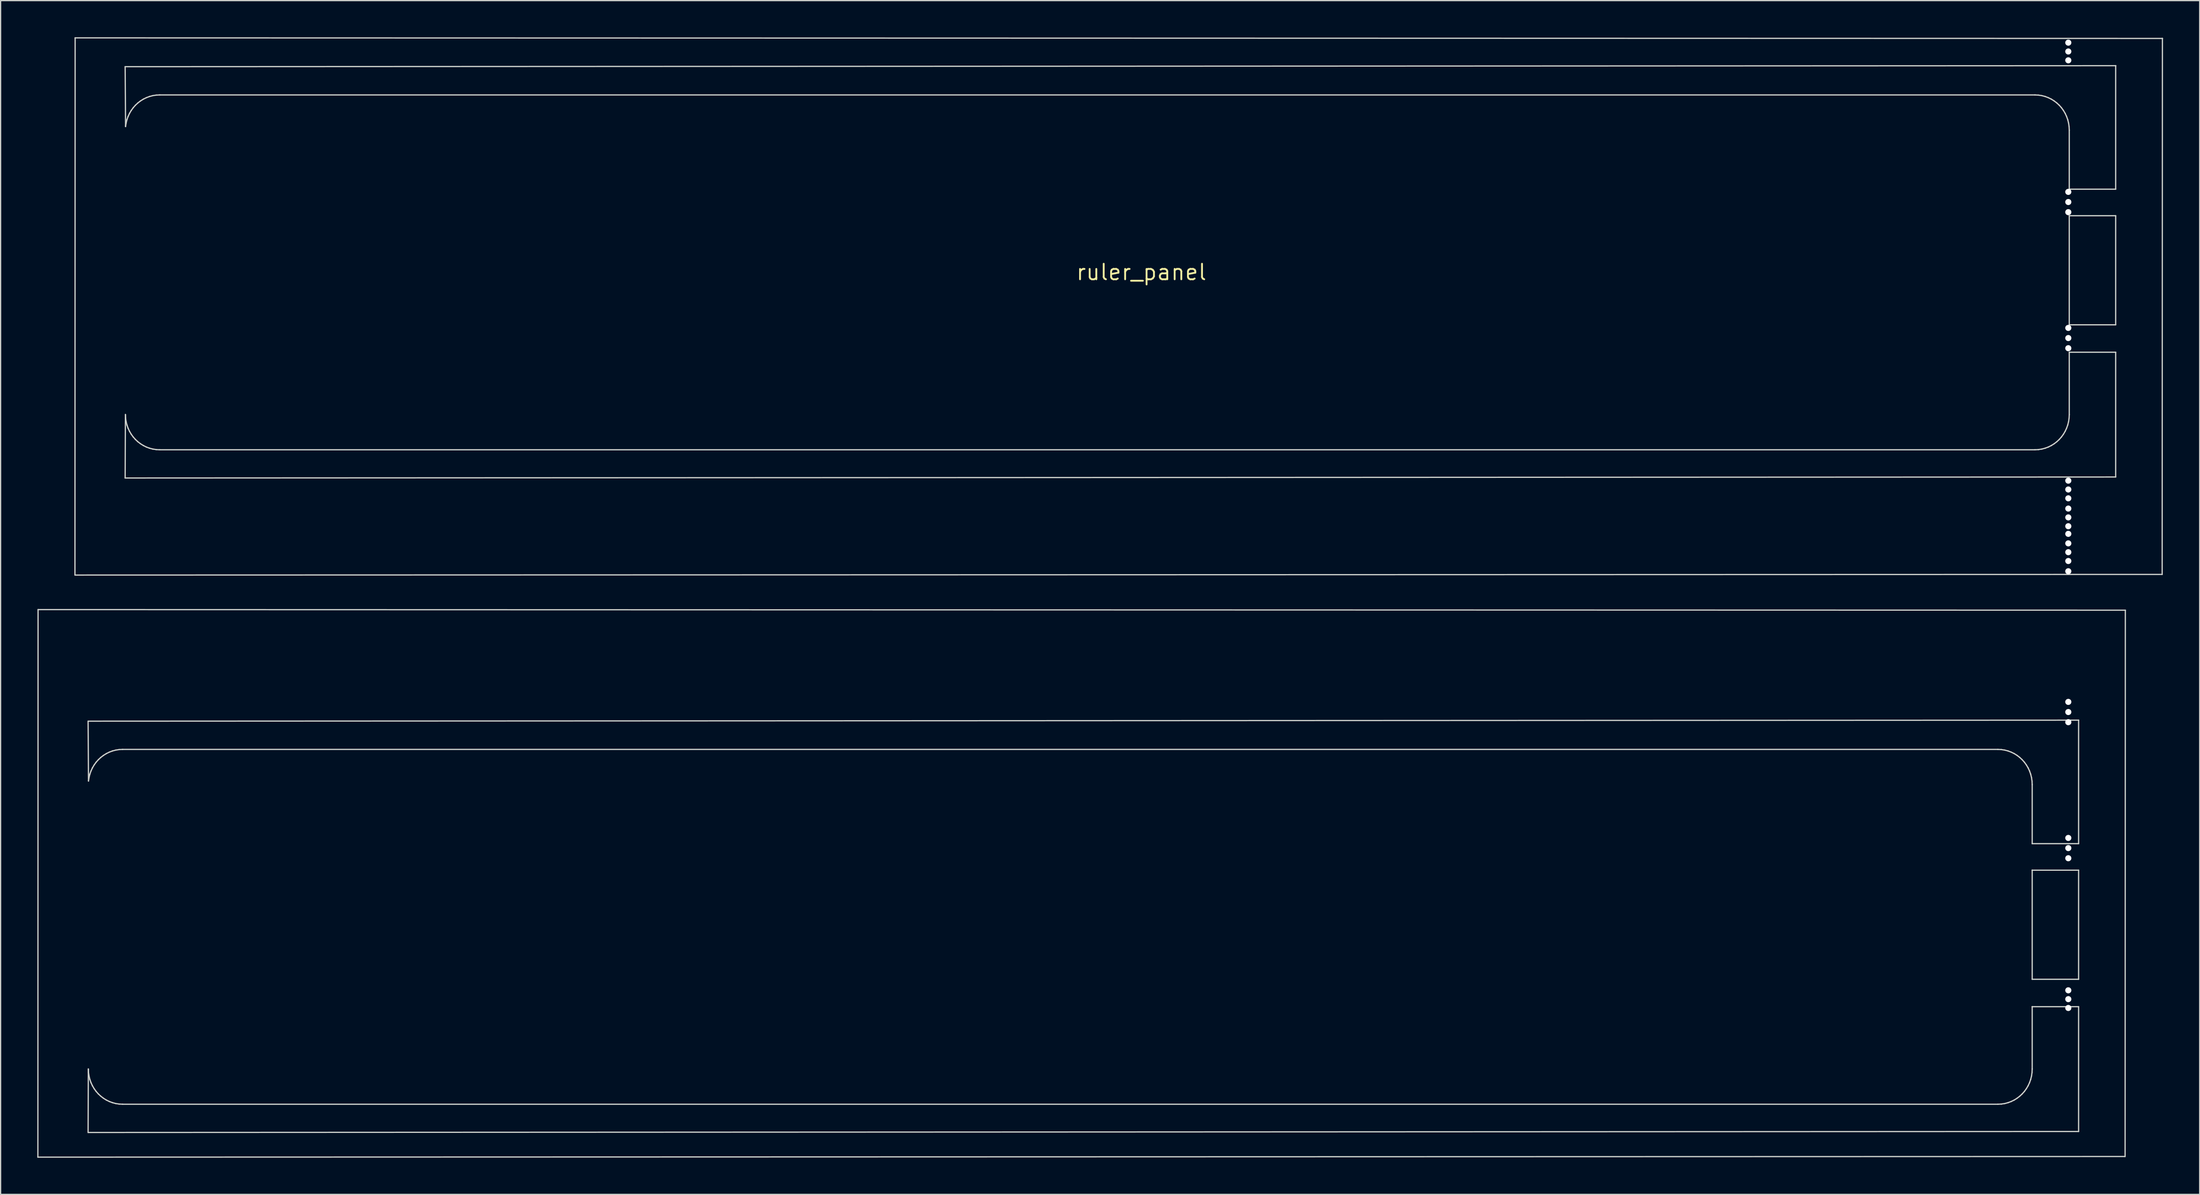
<source format=kicad_pcb>
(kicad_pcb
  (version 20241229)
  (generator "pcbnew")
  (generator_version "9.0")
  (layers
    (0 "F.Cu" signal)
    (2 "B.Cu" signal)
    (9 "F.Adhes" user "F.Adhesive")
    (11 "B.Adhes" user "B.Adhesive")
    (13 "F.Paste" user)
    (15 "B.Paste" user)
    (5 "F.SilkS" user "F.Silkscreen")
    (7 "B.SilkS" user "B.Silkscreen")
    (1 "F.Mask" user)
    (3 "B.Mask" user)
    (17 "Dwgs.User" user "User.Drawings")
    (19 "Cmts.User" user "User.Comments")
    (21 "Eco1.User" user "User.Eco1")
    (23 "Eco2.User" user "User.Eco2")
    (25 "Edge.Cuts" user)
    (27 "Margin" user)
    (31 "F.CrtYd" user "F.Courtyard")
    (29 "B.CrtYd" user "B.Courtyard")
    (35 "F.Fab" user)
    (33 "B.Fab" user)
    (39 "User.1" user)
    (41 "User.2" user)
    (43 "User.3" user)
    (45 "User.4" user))
  (footprint "ruler_panel"
    (layer "F.Cu")
    (at 90.342 19.235)
    (property "Reference" "ruler_panel" (at 0 0 0) (layer "F.SilkS") (effects (font (size 1.27 1.27) (thickness 0.15))))
    (attr through_hole)
    (fp_line (start -90.292 72.454) (end 80.489 72.401) (stroke (width 0.1) (type solid)) (layer "Edge.Cuts"))
    (fp_line (start -90.277 27.625) (end -90.292 72.454) (stroke (width 0.1) (type solid)) (layer "Edge.Cuts"))
    (fp_line (start -87.259 24.797) (end 83.522 24.744) (stroke (width 0.1) (type solid)) (layer "Edge.Cuts"))
    (fp_line (start -87.244 -19.185) (end -87.259 24.797) (stroke (width 0.1) (type solid)) (layer "Edge.Cuts"))
    (fp_line (start -86.184 36.759) (end 76.685 36.677) (stroke (width 0.1) (type solid)) (layer "Edge.Cuts"))
    (fp_line (start -86.184 70.434) (end -86.164 65.237) (stroke (width 0.1) (type solid)) (layer "Edge.Cuts"))
    (fp_line (start -86.164 65.237) (end -86.15 65.533) (stroke (width 0.1) (type solid)) (layer "Edge.Cuts"))
    (fp_line (start -86.15 41.66) (end -86.184 36.759) (stroke (width 0.1) (type solid)) (layer "Edge.Cuts"))
    (fp_line (start -86.15 65.533) (end -86.107 65.82) (stroke (width 0.1) (type solid)) (layer "Edge.Cuts"))
    (fp_line (start -86.107 41.372) (end -86.15 41.66) (stroke (width 0.1) (type solid)) (layer "Edge.Cuts"))
    (fp_line (start -86.107 65.82) (end -86.038 66.097) (stroke (width 0.1) (type solid)) (layer "Edge.Cuts"))
    (fp_line (start -86.038 41.096) (end -86.107 41.372) (stroke (width 0.1) (type solid)) (layer "Edge.Cuts"))
    (fp_line (start -86.038 66.097) (end -85.944 66.362) (stroke (width 0.1) (type solid)) (layer "Edge.Cuts"))
    (fp_line (start -85.944 40.831) (end -86.038 41.096) (stroke (width 0.1) (type solid)) (layer "Edge.Cuts"))
    (fp_line (start -85.944 66.362) (end -85.826 66.615) (stroke (width 0.1) (type solid)) (layer "Edge.Cuts"))
    (fp_line (start -85.826 40.578) (end -85.944 40.831) (stroke (width 0.1) (type solid)) (layer "Edge.Cuts"))
    (fp_line (start -85.826 66.615) (end -85.686 66.852) (stroke (width 0.1) (type solid)) (layer "Edge.Cuts"))
    (fp_line (start -85.686 40.341) (end -85.826 40.578) (stroke (width 0.1) (type solid)) (layer "Edge.Cuts"))
    (fp_line (start -85.686 66.852) (end -85.525 67.075) (stroke (width 0.1) (type solid)) (layer "Edge.Cuts"))
    (fp_line (start -85.525 40.118) (end -85.686 40.341) (stroke (width 0.1) (type solid)) (layer "Edge.Cuts"))
    (fp_line (start -85.525 67.075) (end -85.344 67.279) (stroke (width 0.1) (type solid)) (layer "Edge.Cuts"))
    (fp_line (start -85.344 39.914) (end -85.525 40.118) (stroke (width 0.1) (type solid)) (layer "Edge.Cuts"))
    (fp_line (start -85.344 67.279) (end -85.145 67.465) (stroke (width 0.1) (type solid)) (layer "Edge.Cuts"))
    (fp_line (start -85.145 39.728) (end -85.344 39.914) (stroke (width 0.1) (type solid)) (layer "Edge.Cuts"))
    (fp_line (start -85.145 67.465) (end -84.929 67.631) (stroke (width 0.1) (type solid)) (layer "Edge.Cuts"))
    (fp_line (start -84.929 39.562) (end -85.145 39.728) (stroke (width 0.1) (type solid)) (layer "Edge.Cuts"))
    (fp_line (start -84.929 67.631) (end -84.697 67.775) (stroke (width 0.1) (type solid)) (layer "Edge.Cuts"))
    (fp_line (start -84.697 39.418) (end -84.929 39.562) (stroke (width 0.1) (type solid)) (layer "Edge.Cuts"))
    (fp_line (start -84.697 67.775) (end -84.452 67.896) (stroke (width 0.1) (type solid)) (layer "Edge.Cuts"))
    (fp_line (start -84.452 39.297) (end -84.697 39.418) (stroke (width 0.1) (type solid)) (layer "Edge.Cuts"))
    (fp_line (start -84.452 67.896) (end -84.194 67.993) (stroke (width 0.1) (type solid)) (layer "Edge.Cuts"))
    (fp_line (start -84.194 39.2) (end -84.452 39.297) (stroke (width 0.1) (type solid)) (layer "Edge.Cuts"))
    (fp_line (start -84.194 67.993) (end -83.924 68.064) (stroke (width 0.1) (type solid)) (layer "Edge.Cuts"))
    (fp_line (start -83.924 39.129) (end -84.194 39.2) (stroke (width 0.1) (type solid)) (layer "Edge.Cuts"))
    (fp_line (start -83.924 68.064) (end -83.645 68.107) (stroke (width 0.1) (type solid)) (layer "Edge.Cuts"))
    (fp_line (start -83.645 39.085) (end -83.924 39.129) (stroke (width 0.1) (type solid)) (layer "Edge.Cuts"))
    (fp_line (start -83.645 68.107) (end -83.357 68.122) (stroke (width 0.1) (type solid)) (layer "Edge.Cuts"))
    (fp_line (start -83.357 39.071) (end -83.645 39.085) (stroke (width 0.1) (type solid)) (layer "Edge.Cuts"))
    (fp_line (start -83.357 68.122) (end 70.081 68.122) (stroke (width 0.1) (type solid)) (layer "Edge.Cuts"))
    (fp_line (start -83.152 -16.825) (end 79.718 -16.907) (stroke (width 0.1) (type solid)) (layer "Edge.Cuts"))
    (fp_line (start -83.152 16.85) (end -83.131 11.654) (stroke (width 0.1) (type solid)) (layer "Edge.Cuts"))
    (fp_line (start -83.131 11.654) (end -83.117 11.95) (stroke (width 0.1) (type solid)) (layer "Edge.Cuts"))
    (fp_line (start -83.117 -11.924) (end -83.152 -16.825) (stroke (width 0.1) (type solid)) (layer "Edge.Cuts"))
    (fp_line (start -83.117 11.95) (end -83.074 12.237) (stroke (width 0.1) (type solid)) (layer "Edge.Cuts"))
    (fp_line (start -83.074 -12.211) (end -83.117 -11.924) (stroke (width 0.1) (type solid)) (layer "Edge.Cuts"))
    (fp_line (start -83.074 12.237) (end -83.005 12.514) (stroke (width 0.1) (type solid)) (layer "Edge.Cuts"))
    (fp_line (start -83.005 -12.488) (end -83.074 -12.211) (stroke (width 0.1) (type solid)) (layer "Edge.Cuts"))
    (fp_line (start -83.005 12.514) (end -82.911 12.779) (stroke (width 0.1) (type solid)) (layer "Edge.Cuts"))
    (fp_line (start -82.911 -12.753) (end -83.005 -12.488) (stroke (width 0.1) (type solid)) (layer "Edge.Cuts"))
    (fp_line (start -82.911 12.779) (end -82.793 13.031) (stroke (width 0.1) (type solid)) (layer "Edge.Cuts"))
    (fp_line (start -82.793 -13.006) (end -82.911 -12.753) (stroke (width 0.1) (type solid)) (layer "Edge.Cuts"))
    (fp_line (start -82.793 13.031) (end -82.653 13.269) (stroke (width 0.1) (type solid)) (layer "Edge.Cuts"))
    (fp_line (start -82.653 -13.243) (end -82.793 -13.006) (stroke (width 0.1) (type solid)) (layer "Edge.Cuts"))
    (fp_line (start -82.653 13.269) (end -82.492 13.491) (stroke (width 0.1) (type solid)) (layer "Edge.Cuts"))
    (fp_line (start -82.492 -13.465) (end -82.653 -13.243) (stroke (width 0.1) (type solid)) (layer "Edge.Cuts"))
    (fp_line (start -82.492 13.491) (end -82.311 13.695) (stroke (width 0.1) (type solid)) (layer "Edge.Cuts"))
    (fp_line (start -82.311 -13.67) (end -82.492 -13.465) (stroke (width 0.1) (type solid)) (layer "Edge.Cuts"))
    (fp_line (start -82.311 13.695) (end -82.112 13.882) (stroke (width 0.1) (type solid)) (layer "Edge.Cuts"))
    (fp_line (start -82.112 -13.856) (end -82.311 -13.67) (stroke (width 0.1) (type solid)) (layer "Edge.Cuts"))
    (fp_line (start -82.112 13.882) (end -81.896 14.047) (stroke (width 0.1) (type solid)) (layer "Edge.Cuts"))
    (fp_line (start -81.896 -14.021) (end -82.112 -13.856) (stroke (width 0.1) (type solid)) (layer "Edge.Cuts"))
    (fp_line (start -81.896 14.047) (end -81.664 14.191) (stroke (width 0.1) (type solid)) (layer "Edge.Cuts"))
    (fp_line (start -81.664 -14.166) (end -81.896 -14.021) (stroke (width 0.1) (type solid)) (layer "Edge.Cuts"))
    (fp_line (start -81.664 14.191) (end -81.419 14.313) (stroke (width 0.1) (type solid)) (layer "Edge.Cuts"))
    (fp_line (start -81.419 -14.287) (end -81.664 -14.166) (stroke (width 0.1) (type solid)) (layer "Edge.Cuts"))
    (fp_line (start -81.419 14.313) (end -81.161 14.409) (stroke (width 0.1) (type solid)) (layer "Edge.Cuts"))
    (fp_line (start -81.161 -14.384) (end -81.419 -14.287) (stroke (width 0.1) (type solid)) (layer "Edge.Cuts"))
    (fp_line (start -81.161 14.409) (end -80.892 14.48) (stroke (width 0.1) (type solid)) (layer "Edge.Cuts"))
    (fp_line (start -80.892 -14.455) (end -81.161 -14.384) (stroke (width 0.1) (type solid)) (layer "Edge.Cuts"))
    (fp_line (start -80.892 14.48) (end -80.612 14.524) (stroke (width 0.1) (type solid)) (layer "Edge.Cuts"))
    (fp_line (start -80.612 -14.498) (end -80.892 -14.455) (stroke (width 0.1) (type solid)) (layer "Edge.Cuts"))
    (fp_line (start -80.612 14.524) (end -80.324 14.539) (stroke (width 0.1) (type solid)) (layer "Edge.Cuts"))
    (fp_line (start -80.324 -14.513) (end -80.612 -14.498) (stroke (width 0.1) (type solid)) (layer "Edge.Cuts"))
    (fp_line (start -80.324 14.539) (end 73.114 14.539) (stroke (width 0.1) (type solid)) (layer "Edge.Cuts"))
    (fp_line (start 70.081 39.071) (end -83.357 39.071) (stroke (width 0.1) (type solid)) (layer "Edge.Cuts"))
    (fp_line (start 70.081 68.122) (end 70.368 68.107) (stroke (width 0.1) (type solid)) (layer "Edge.Cuts"))
    (fp_line (start 70.368 39.085) (end 70.081 39.071) (stroke (width 0.1) (type solid)) (layer "Edge.Cuts"))
    (fp_line (start 70.368 68.107) (end 70.647 68.064) (stroke (width 0.1) (type solid)) (layer "Edge.Cuts"))
    (fp_line (start 70.647 39.129) (end 70.368 39.085) (stroke (width 0.1) (type solid)) (layer "Edge.Cuts"))
    (fp_line (start 70.647 68.064) (end 70.917 67.993) (stroke (width 0.1) (type solid)) (layer "Edge.Cuts"))
    (fp_line (start 70.917 39.2) (end 70.647 39.129) (stroke (width 0.1) (type solid)) (layer "Edge.Cuts"))
    (fp_line (start 70.917 67.993) (end 71.175 67.896) (stroke (width 0.1) (type solid)) (layer "Edge.Cuts"))
    (fp_line (start 71.175 39.297) (end 70.917 39.2) (stroke (width 0.1) (type solid)) (layer "Edge.Cuts"))
    (fp_line (start 71.175 67.896) (end 71.421 67.775) (stroke (width 0.1) (type solid)) (layer "Edge.Cuts"))
    (fp_line (start 71.421 39.418) (end 71.175 39.297) (stroke (width 0.1) (type solid)) (layer "Edge.Cuts"))
    (fp_line (start 71.421 67.775) (end 71.652 67.631) (stroke (width 0.1) (type solid)) (layer "Edge.Cuts"))
    (fp_line (start 71.652 39.562) (end 71.421 39.418) (stroke (width 0.1) (type solid)) (layer "Edge.Cuts"))
    (fp_line (start 71.652 67.631) (end 71.868 67.465) (stroke (width 0.1) (type solid)) (layer "Edge.Cuts"))
    (fp_line (start 71.868 39.728) (end 71.652 39.562) (stroke (width 0.1) (type solid)) (layer "Edge.Cuts"))
    (fp_line (start 71.868 67.465) (end 72.067 67.279) (stroke (width 0.1) (type solid)) (layer "Edge.Cuts"))
    (fp_line (start 72.067 39.914) (end 71.868 39.728) (stroke (width 0.1) (type solid)) (layer "Edge.Cuts"))
    (fp_line (start 72.067 67.279) (end 72.248 67.075) (stroke (width 0.1) (type solid)) (layer "Edge.Cuts"))
    (fp_line (start 72.248 40.118) (end 72.067 39.914) (stroke (width 0.1) (type solid)) (layer "Edge.Cuts"))
    (fp_line (start 72.248 67.075) (end 72.409 66.852) (stroke (width 0.1) (type solid)) (layer "Edge.Cuts"))
    (fp_line (start 72.409 40.341) (end 72.248 40.118) (stroke (width 0.1) (type solid)) (layer "Edge.Cuts"))
    (fp_line (start 72.409 66.852) (end 72.55 66.615) (stroke (width 0.1) (type solid)) (layer "Edge.Cuts"))
    (fp_line (start 72.55 40.578) (end 72.409 40.341) (stroke (width 0.1) (type solid)) (layer "Edge.Cuts"))
    (fp_line (start 72.55 66.615) (end 72.668 66.362) (stroke (width 0.1) (type solid)) (layer "Edge.Cuts"))
    (fp_line (start 72.668 40.831) (end 72.55 40.578) (stroke (width 0.1) (type solid)) (layer "Edge.Cuts"))
    (fp_line (start 72.668 66.362) (end 72.762 66.097) (stroke (width 0.1) (type solid)) (layer "Edge.Cuts"))
    (fp_line (start 72.762 41.096) (end 72.668 40.831) (stroke (width 0.1) (type solid)) (layer "Edge.Cuts"))
    (fp_line (start 72.762 66.097) (end 72.831 65.82) (stroke (width 0.1) (type solid)) (layer "Edge.Cuts"))
    (fp_line (start 72.831 41.372) (end 72.762 41.096) (stroke (width 0.1) (type solid)) (layer "Edge.Cuts"))
    (fp_line (start 72.831 65.82) (end 72.873 65.533) (stroke (width 0.1) (type solid)) (layer "Edge.Cuts"))
    (fp_line (start 72.873 41.66) (end 72.831 41.372) (stroke (width 0.1) (type solid)) (layer "Edge.Cuts"))
    (fp_line (start 72.873 65.533) (end 72.888 65.237) (stroke (width 0.1) (type solid)) (layer "Edge.Cuts"))
    (fp_line (start 72.888 41.955) (end 72.873 41.66) (stroke (width 0.1) (type solid)) (layer "Edge.Cuts"))
    (fp_line (start 72.888 46.788) (end 72.888 41.955) (stroke (width 0.1) (type solid)) (layer "Edge.Cuts"))
    (fp_line (start 72.888 48.96) (end 72.888 48.96) (stroke (width 0.1) (type solid)) (layer "Edge.Cuts"))
    (fp_line (start 72.888 48.96) (end 76.685 48.96) (stroke (width 0.1) (type solid)) (layer "Edge.Cuts"))
    (fp_line (start 72.888 57.891) (end 72.888 48.96) (stroke (width 0.1) (type solid)) (layer "Edge.Cuts"))
    (fp_line (start 72.888 60.135) (end 72.888 60.135) (stroke (width 0.1) (type solid)) (layer "Edge.Cuts"))
    (fp_line (start 72.888 60.135) (end 76.685 60.135) (stroke (width 0.1) (type solid)) (layer "Edge.Cuts"))
    (fp_line (start 72.888 65.237) (end 72.888 60.135) (stroke (width 0.1) (type solid)) (layer "Edge.Cuts"))
    (fp_line (start 73.114 -14.513) (end -80.324 -14.513) (stroke (width 0.1) (type solid)) (layer "Edge.Cuts"))
    (fp_line (start 73.114 14.539) (end 73.401 14.524) (stroke (width 0.1) (type solid)) (layer "Edge.Cuts"))
    (fp_line (start 73.401 -14.498) (end 73.114 -14.513) (stroke (width 0.1) (type solid)) (layer "Edge.Cuts"))
    (fp_line (start 73.401 14.524) (end 73.68 14.48) (stroke (width 0.1) (type solid)) (layer "Edge.Cuts"))
    (fp_line (start 73.68 -14.455) (end 73.401 -14.498) (stroke (width 0.1) (type solid)) (layer "Edge.Cuts"))
    (fp_line (start 73.68 14.48) (end 73.95 14.409) (stroke (width 0.1) (type solid)) (layer "Edge.Cuts"))
    (fp_line (start 73.95 -14.384) (end 73.68 -14.455) (stroke (width 0.1) (type solid)) (layer "Edge.Cuts"))
    (fp_line (start 73.95 14.409) (end 74.208 14.313) (stroke (width 0.1) (type solid)) (layer "Edge.Cuts"))
    (fp_line (start 74.208 -14.287) (end 73.95 -14.384) (stroke (width 0.1) (type solid)) (layer "Edge.Cuts"))
    (fp_line (start 74.208 14.313) (end 74.454 14.191) (stroke (width 0.1) (type solid)) (layer "Edge.Cuts"))
    (fp_line (start 74.454 -14.166) (end 74.208 -14.287) (stroke (width 0.1) (type solid)) (layer "Edge.Cuts"))
    (fp_line (start 74.454 14.191) (end 74.685 14.047) (stroke (width 0.1) (type solid)) (layer "Edge.Cuts"))
    (fp_line (start 74.685 -14.021) (end 74.454 -14.166) (stroke (width 0.1) (type solid)) (layer "Edge.Cuts"))
    (fp_line (start 74.685 14.047) (end 74.901 13.882) (stroke (width 0.1) (type solid)) (layer "Edge.Cuts"))
    (fp_line (start 74.901 -13.856) (end 74.685 -14.021) (stroke (width 0.1) (type solid)) (layer "Edge.Cuts"))
    (fp_line (start 74.901 13.882) (end 75.1 13.695) (stroke (width 0.1) (type solid)) (layer "Edge.Cuts"))
    (fp_line (start 75.1 -13.67) (end 74.901 -13.856) (stroke (width 0.1) (type solid)) (layer "Edge.Cuts"))
    (fp_line (start 75.1 13.695) (end 75.281 13.491) (stroke (width 0.1) (type solid)) (layer "Edge.Cuts"))
    (fp_line (start 75.281 -13.465) (end 75.1 -13.67) (stroke (width 0.1) (type solid)) (layer "Edge.Cuts"))
    (fp_line (start 75.281 13.491) (end 75.442 13.269) (stroke (width 0.1) (type solid)) (layer "Edge.Cuts"))
    (fp_line (start 75.442 -13.243) (end 75.281 -13.465) (stroke (width 0.1) (type solid)) (layer "Edge.Cuts"))
    (fp_line (start 75.442 13.269) (end 75.582 13.031) (stroke (width 0.1) (type solid)) (layer "Edge.Cuts"))
    (fp_line (start 75.582 -13.006) (end 75.442 -13.243) (stroke (width 0.1) (type solid)) (layer "Edge.Cuts"))
    (fp_line (start 75.582 13.031) (end 75.7 12.779) (stroke (width 0.1) (type solid)) (layer "Edge.Cuts"))
    (fp_line (start 75.7 -12.753) (end 75.582 -13.006) (stroke (width 0.1) (type solid)) (layer "Edge.Cuts"))
    (fp_line (start 75.7 12.779) (end 75.795 12.514) (stroke (width 0.1) (type solid)) (layer "Edge.Cuts"))
    (fp_line (start 75.795 -12.488) (end 75.7 -12.753) (stroke (width 0.1) (type solid)) (layer "Edge.Cuts"))
    (fp_line (start 75.795 12.514) (end 75.864 12.237) (stroke (width 0.1) (type solid)) (layer "Edge.Cuts"))
    (fp_line (start 75.864 -12.211) (end 75.795 -12.488) (stroke (width 0.1) (type solid)) (layer "Edge.Cuts"))
    (fp_line (start 75.864 12.237) (end 75.906 11.95) (stroke (width 0.1) (type solid)) (layer "Edge.Cuts"))
    (fp_line (start 75.906 -11.924) (end 75.864 -12.211) (stroke (width 0.1) (type solid)) (layer "Edge.Cuts"))
    (fp_line (start 75.906 11.95) (end 75.92 11.654) (stroke (width 0.1) (type solid)) (layer "Edge.Cuts"))
    (fp_line (start 75.92 -11.629) (end 75.906 -11.924) (stroke (width 0.1) (type solid)) (layer "Edge.Cuts"))
    (fp_line (start 75.92 -6.796) (end 75.92 -11.629) (stroke (width 0.1) (type solid)) (layer "Edge.Cuts"))
    (fp_line (start 75.92 -4.623) (end 75.92 -4.623) (stroke (width 0.1) (type solid)) (layer "Edge.Cuts"))
    (fp_line (start 75.92 -4.623) (end 79.718 -4.623) (stroke (width 0.1) (type solid)) (layer "Edge.Cuts"))
    (fp_line (start 75.92 4.307) (end 75.92 -4.623) (stroke (width 0.1) (type solid)) (layer "Edge.Cuts"))
    (fp_line (start 75.92 6.552) (end 75.92 6.552) (stroke (width 0.1) (type solid)) (layer "Edge.Cuts"))
    (fp_line (start 75.92 6.552) (end 79.718 6.552) (stroke (width 0.1) (type solid)) (layer "Edge.Cuts"))
    (fp_line (start 75.92 11.654) (end 75.92 6.552) (stroke (width 0.1) (type solid)) (layer "Edge.Cuts"))
    (fp_line (start 76.685 36.677) (end 76.685 36.677) (stroke (width 0.1) (type solid)) (layer "Edge.Cuts"))
    (fp_line (start 76.685 36.677) (end 76.685 46.788) (stroke (width 0.1) (type solid)) (layer "Edge.Cuts"))
    (fp_line (start 76.685 46.788) (end 72.888 46.788) (stroke (width 0.1) (type solid)) (layer "Edge.Cuts"))
    (fp_line (start 76.685 48.96) (end 76.685 57.891) (stroke (width 0.1) (type solid)) (layer "Edge.Cuts"))
    (fp_line (start 76.685 57.891) (end 72.888 57.891) (stroke (width 0.1) (type solid)) (layer "Edge.Cuts"))
    (fp_line (start 76.685 60.135) (end 76.685 70.352) (stroke (width 0.1) (type solid)) (layer "Edge.Cuts"))
    (fp_line (start 76.685 70.352) (end -86.184 70.434) (stroke (width 0.1) (type solid)) (layer "Edge.Cuts"))
    (fp_line (start 79.718 -16.907) (end 79.718 -16.907) (stroke (width 0.1) (type solid)) (layer "Edge.Cuts"))
    (fp_line (start 79.718 -16.907) (end 79.718 -6.796) (stroke (width 0.1) (type solid)) (layer "Edge.Cuts"))
    (fp_line (start 79.718 -6.796) (end 75.92 -6.796) (stroke (width 0.1) (type solid)) (layer "Edge.Cuts"))
    (fp_line (start 79.718 -4.623) (end 79.718 4.307) (stroke (width 0.1) (type solid)) (layer "Edge.Cuts"))
    (fp_line (start 79.718 4.307) (end 75.92 4.307) (stroke (width 0.1) (type solid)) (layer "Edge.Cuts"))
    (fp_line (start 79.718 6.552) (end 79.718 16.768) (stroke (width 0.1) (type solid)) (layer "Edge.Cuts"))
    (fp_line (start 79.718 16.768) (end -83.152 16.85) (stroke (width 0.1) (type solid)) (layer "Edge.Cuts"))
    (fp_line (start 80.489 72.401) (end 80.509 27.673) (stroke (width 0.1) (type solid)) (layer "Edge.Cuts"))
    (fp_line (start 80.509 27.673) (end -90.277 27.625) (stroke (width 0.1) (type solid)) (layer "Edge.Cuts"))
    (fp_line (start 83.522 24.744) (end 83.542 -19.138) (stroke (width 0.1) (type solid)) (layer "Edge.Cuts"))
    (fp_line (start 83.542 -19.138) (end -87.244 -19.185) (stroke (width 0.1) (type solid)) (layer "Edge.Cuts"))
    (fp_line (start 83.542 -19.138) (end 83.542 -19.138) (stroke (width 0.1) (type solid)) (layer "Edge.Cuts"))
    (pad "" np_thru_hole circle (at 75.842 -18.793) (size 0.5 0.5) (drill 0.5) (layers "*.Cu" "*.Mask"))
    (pad "" np_thru_hole circle (at 75.842 -18.07) (size 0.5 0.5) (drill 0.5) (layers "*.Cu" "*.Mask"))
    (pad "" np_thru_hole circle (at 75.842 -17.347) (size 0.5 0.5) (drill 0.5) (layers "*.Cu" "*.Mask"))
    (pad "" np_thru_hole circle (at 75.842 -6.575) (size 0.5 0.5) (drill 0.5) (layers "*.Cu" "*.Mask"))
    (pad "" np_thru_hole circle (at 75.842 -5.745) (size 0.5 0.5) (drill 0.5) (layers "*.Cu" "*.Mask"))
    (pad "" np_thru_hole circle (at 75.842 -4.915) (size 0.5 0.5) (drill 0.5) (layers "*.Cu" "*.Mask"))
    (pad "" np_thru_hole circle (at 75.842 4.563) (size 0.5 0.5) (drill 0.5) (layers "*.Cu" "*.Mask"))
    (pad "" np_thru_hole circle (at 75.842 5.393) (size 0.5 0.5) (drill 0.5) (layers "*.Cu" "*.Mask"))
    (pad "" np_thru_hole circle (at 75.842 6.224) (size 0.5 0.5) (drill 0.5) (layers "*.Cu" "*.Mask"))
    (pad "" np_thru_hole circle (at 75.842 17.068) (size 0.5 0.5) (drill 0.5) (layers "*.Cu" "*.Mask"))
    (pad "" np_thru_hole circle (at 75.842 17.791) (size 0.5 0.5) (drill 0.5) (layers "*.Cu" "*.Mask"))
    (pad "" np_thru_hole circle (at 75.842 18.514) (size 0.5 0.5) (drill 0.5) (layers "*.Cu" "*.Mask"))
    (pad "" np_thru_hole circle (at 75.842 19.353) (size 0.5 0.5) (drill 0.5) (layers "*.Cu" "*.Mask"))
    (pad "" np_thru_hole circle (at 75.842 20.076) (size 0.5 0.5) (drill 0.5) (layers "*.Cu" "*.Mask"))
    (pad "" np_thru_hole circle (at 75.842 20.799) (size 0.5 0.5) (drill 0.5) (layers "*.Cu" "*.Mask"))
    (pad "" np_thru_hole circle (at 75.842 21.423) (size 0.5 0.5) (drill 0.5) (layers "*.Cu" "*.Mask"))
    (pad "" np_thru_hole circle (at 75.842 22.202) (size 0.5 0.5) (drill 0.5) (layers "*.Cu" "*.Mask"))
    (pad "" np_thru_hole circle (at 75.842 22.925) (size 0.5 0.5) (drill 0.5) (layers "*.Cu" "*.Mask"))
    (pad "" np_thru_hole circle (at 75.842 23.647) (size 0.5 0.5) (drill 0.5) (layers "*.Cu" "*.Mask"))
    (pad "" np_thru_hole circle (at 75.842 24.486) (size 0.5 0.5) (drill 0.5) (layers "*.Cu" "*.Mask"))
    (pad "" np_thru_hole circle (at 75.842 35.182) (size 0.5 0.5) (drill 0.5) (layers "*.Cu" "*.Mask"))
    (pad "" np_thru_hole circle (at 75.842 36.012) (size 0.5 0.5) (drill 0.5) (layers "*.Cu" "*.Mask"))
    (pad "" np_thru_hole circle (at 75.842 36.843) (size 0.5 0.5) (drill 0.5) (layers "*.Cu" "*.Mask"))
    (pad "" np_thru_hole circle (at 75.842 46.32) (size 0.5 0.5) (drill 0.5) (layers "*.Cu" "*.Mask"))
    (pad "" np_thru_hole circle (at 75.842 47.151) (size 0.5 0.5) (drill 0.5) (layers "*.Cu" "*.Mask"))
    (pad "" np_thru_hole circle (at 75.842 47.981) (size 0.5 0.5) (drill 0.5) (layers "*.Cu" "*.Mask"))
    (pad "" np_thru_hole circle (at 75.842 58.796) (size 0.5 0.5) (drill 0.5) (layers "*.Cu" "*.Mask"))
    (pad "" np_thru_hole circle (at 75.842 59.519) (size 0.5 0.5) (drill 0.5) (layers "*.Cu" "*.Mask"))
    (pad "" np_thru_hole circle (at 75.842 60.242) (size 0.5 0.5) (drill 0.5) (layers "*.Cu" "*.Mask")))
  (gr_rect
    (start -3 -3)
    (end 176.934 94.739)
    (stroke (width 0.1) (type default))
    (fill no)
    (layer "Edge.Cuts")))
</source>
